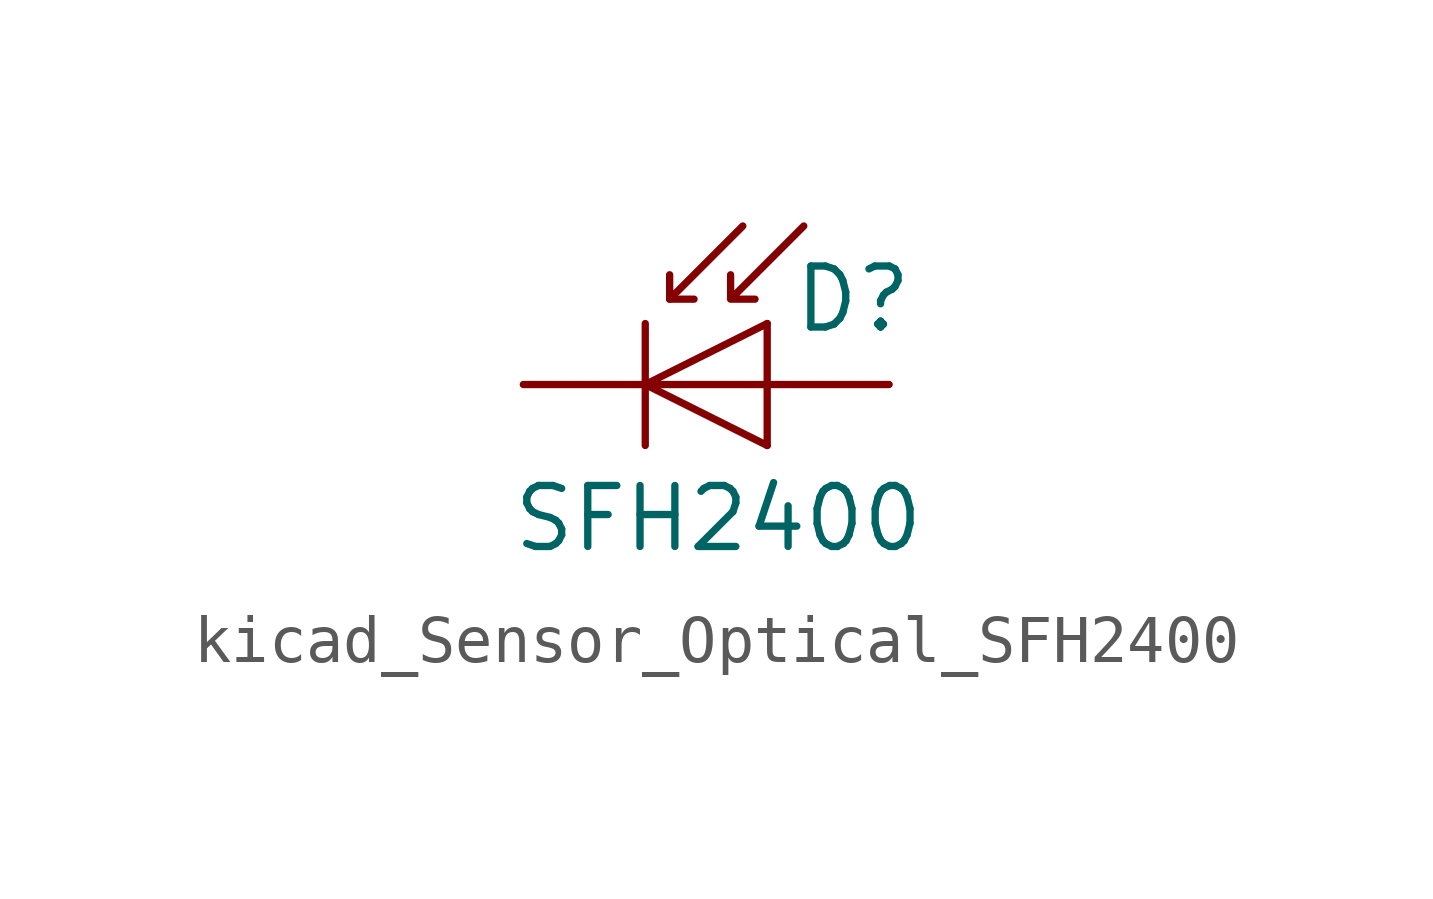
<source format=kicad_sym>
(kicad_symbol_lib
  (version 20220914)
  (generator kicad_symbol_editor)
  (symbol "kicad_Sensor_Optical_SFH2400"
    (pin_numbers hide)
    (pin_names hide)
    (property "Reference" "D"
      (at 0.508 1.778 0)
      (effects (font (size 1.27 1.27)) (justify left)))
    (property "Value" "SFH2400"
      (at -1.016 -2.794 0)
      (effects (font (size 1.27 1.27))))
    (symbol "kicad_Sensor_Optical_SFH2400_0_1"
      (polyline (pts (xy -2.54 1.27) (xy -2.54 -1.27)) (stroke (width 0.152) (type default)) (fill (type none)))
      (polyline (pts (xy -2.032 1.778) (xy -1.524 1.778)) (stroke (width 0) (type default)) (fill (type none)))
      (polyline (pts (xy 0 0) (xy -2.54 0)) (stroke (width 0) (type default)) (fill (type none)))
      (polyline (pts (xy 0 1.27) (xy 0 -1.27)) (stroke (width 0) (type default)) (fill (type none)))
      (polyline (pts (xy -0.508 3.302) (xy -2.032 1.778) (xy -2.032 2.286)) (stroke (width 0) (type default)) (fill (type none)))
      (polyline (pts (xy 0 1.27) (xy -2.54 0) (xy 0 -1.27)) (stroke (width 0) (type default)) (fill (type none)))
      (polyline (pts (xy 0.762 3.302) (xy -0.762 1.778) (xy -0.762 2.286) (xy -0.762 1.778) (xy -0.254 1.778)) (stroke (width 0) (type default)) (fill (type none))))
    (symbol "kicad_Sensor_Optical_SFH2400_1_1"
      (pin passive line (at -5.08 0 0) (length 2.54) (name "K" (effects (font (size 1.27 1.27)))) (number "1" (effects (font (size 1.27 1.27)))))
      (pin passive line (at 2.54 0 180) (length 2.54) (name "A" (effects (font (size 1.27 1.27)))) (number "2" (effects (font (size 1.27 1.27))))))))
</source>
